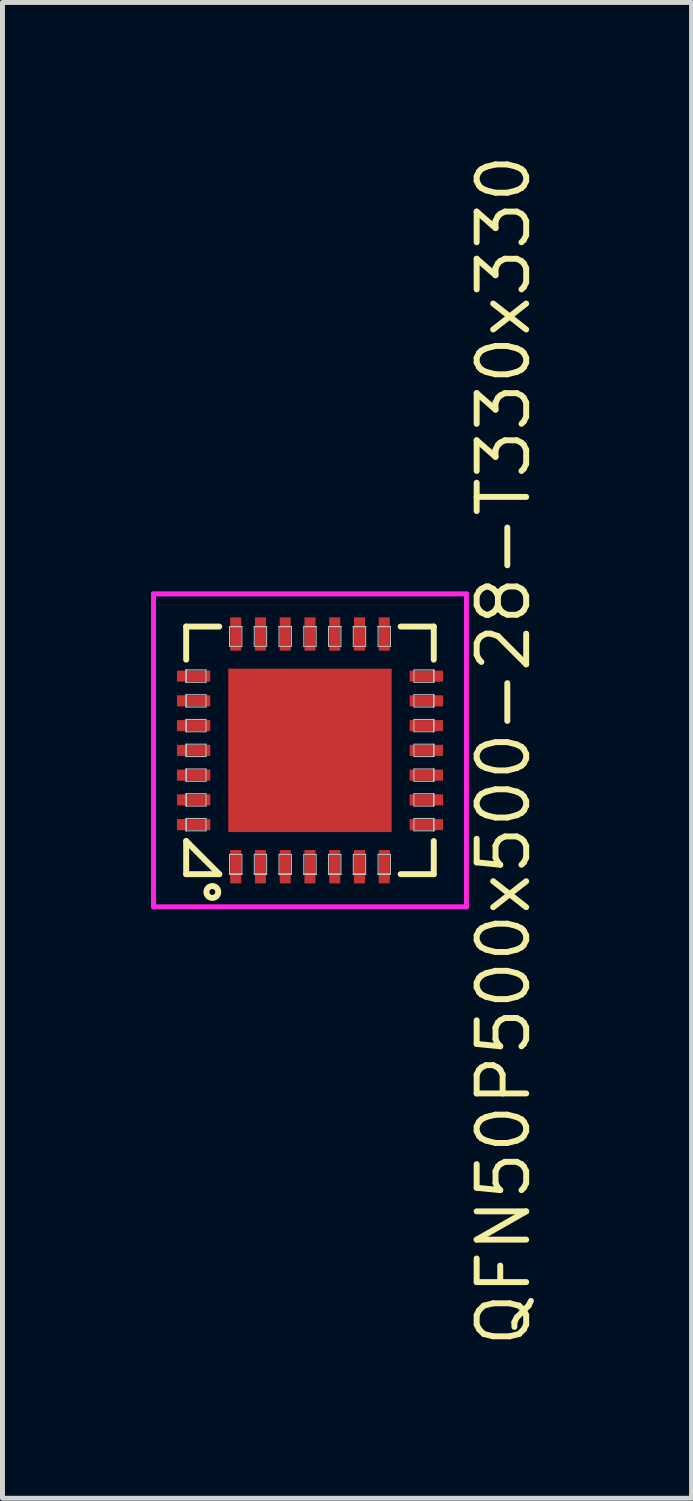
<source format=kicad_pcb>
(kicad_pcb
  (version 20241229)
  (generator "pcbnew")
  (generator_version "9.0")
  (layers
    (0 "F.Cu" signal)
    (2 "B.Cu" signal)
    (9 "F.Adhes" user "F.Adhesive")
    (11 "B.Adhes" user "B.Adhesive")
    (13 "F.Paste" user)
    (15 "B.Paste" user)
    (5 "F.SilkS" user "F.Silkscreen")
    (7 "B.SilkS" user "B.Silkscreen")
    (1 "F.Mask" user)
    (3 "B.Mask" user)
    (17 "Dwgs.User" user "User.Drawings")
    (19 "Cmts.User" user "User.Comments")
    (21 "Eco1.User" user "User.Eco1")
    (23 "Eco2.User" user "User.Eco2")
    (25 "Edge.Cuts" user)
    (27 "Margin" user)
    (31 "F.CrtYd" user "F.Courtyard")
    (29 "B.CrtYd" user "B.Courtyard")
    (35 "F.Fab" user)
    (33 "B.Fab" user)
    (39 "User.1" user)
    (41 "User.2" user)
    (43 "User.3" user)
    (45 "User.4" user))
  (footprint "QFN50P500x500-28-T330x330"
    (layer "F.Cu")
    (at 3.21 12.104)
    (property "Reference" "QFN50P500x500-28-T330x330" (at 3.91 0 90) (layer "F.SilkS") (effects (font (size 1 1) (thickness 0.12))))
    (attr through_hole)
    (fp_line (start -2.5 -2.5) (end -2.5 -1.832) (stroke (width 0.12) (type solid)) (layer "F.SilkS"))
    (fp_line (start -2.5 -2.5) (end -1.832 -2.5) (stroke (width 0.12) (type solid)) (layer "F.SilkS"))
    (fp_line (start -2.5 1.832) (end -1.832 2.5) (stroke (width 0.12) (type solid)) (layer "F.SilkS"))
    (fp_line (start -2.5 2.5) (end -2.5 1.832) (stroke (width 0.12) (type solid)) (layer "F.SilkS"))
    (fp_line (start -2.5 2.5) (end -1.832 2.5) (stroke (width 0.12) (type solid)) (layer "F.SilkS"))
    (fp_line (start 2.5 -2.5) (end 1.832 -2.5) (stroke (width 0.12) (type solid)) (layer "F.SilkS"))
    (fp_line (start 2.5 -2.5) (end 2.5 -1.832) (stroke (width 0.12) (type solid)) (layer "F.SilkS"))
    (fp_line (start 2.5 2.5) (end 1.832 2.5) (stroke (width 0.12) (type solid)) (layer "F.SilkS"))
    (fp_line (start 2.5 2.5) (end 2.5 1.832) (stroke (width 0.12) (type solid)) (layer "F.SilkS"))
    (fp_circle (center -1.972 2.86) (end -1.852 2.86) (stroke (width 0.12) (type solid)) (fill no) (layer "F.SilkS"))
    (fp_line (start -2.5 -1.625) (end -2.5 -1.625) (stroke (width 0.02) (type solid)) (layer "Dwgs.User"))
    (fp_line (start -2.5 -1.625) (end -2.5 -1.375) (stroke (width 0.02) (type solid)) (layer "Dwgs.User"))
    (fp_line (start -2.5 -1.625) (end -2.1 -1.625) (stroke (width 0.02) (type solid)) (layer "Dwgs.User"))
    (fp_line (start -2.5 -1.375) (end -2.5 -1.625) (stroke (width 0.02) (type solid)) (layer "Dwgs.User"))
    (fp_line (start -2.5 -1.375) (end -2.5 -1.625) (stroke (width 0.02) (type solid)) (layer "Dwgs.User"))
    (fp_line (start -2.5 -1.375) (end -2.5 -1.375) (stroke (width 0.02) (type solid)) (layer "Dwgs.User"))
    (fp_line (start -2.5 -1.125) (end -2.5 -1.125) (stroke (width 0.02) (type solid)) (layer "Dwgs.User"))
    (fp_line (start -2.5 -1.125) (end -2.5 -0.875) (stroke (width 0.02) (type solid)) (layer "Dwgs.User"))
    (fp_line (start -2.5 -1.125) (end -2.1 -1.125) (stroke (width 0.02) (type solid)) (layer "Dwgs.User"))
    (fp_line (start -2.5 -0.875) (end -2.5 -1.125) (stroke (width 0.02) (type solid)) (layer "Dwgs.User"))
    (fp_line (start -2.5 -0.875) (end -2.5 -1.125) (stroke (width 0.02) (type solid)) (layer "Dwgs.User"))
    (fp_line (start -2.5 -0.875) (end -2.5 -0.875) (stroke (width 0.02) (type solid)) (layer "Dwgs.User"))
    (fp_line (start -2.5 -0.625) (end -2.5 -0.625) (stroke (width 0.02) (type solid)) (layer "Dwgs.User"))
    (fp_line (start -2.5 -0.625) (end -2.5 -0.375) (stroke (width 0.02) (type solid)) (layer "Dwgs.User"))
    (fp_line (start -2.5 -0.625) (end -2.1 -0.625) (stroke (width 0.02) (type solid)) (layer "Dwgs.User"))
    (fp_line (start -2.5 -0.375) (end -2.5 -0.625) (stroke (width 0.02) (type solid)) (layer "Dwgs.User"))
    (fp_line (start -2.5 -0.375) (end -2.5 -0.625) (stroke (width 0.02) (type solid)) (layer "Dwgs.User"))
    (fp_line (start -2.5 -0.375) (end -2.5 -0.375) (stroke (width 0.02) (type solid)) (layer "Dwgs.User"))
    (fp_line (start -2.5 -0.125) (end -2.5 -0.125) (stroke (width 0.02) (type solid)) (layer "Dwgs.User"))
    (fp_line (start -2.5 -0.125) (end -2.5 0.125) (stroke (width 0.02) (type solid)) (layer "Dwgs.User"))
    (fp_line (start -2.5 -0.125) (end -2.1 -0.125) (stroke (width 0.02) (type solid)) (layer "Dwgs.User"))
    (fp_line (start -2.5 0.125) (end -2.5 -0.125) (stroke (width 0.02) (type solid)) (layer "Dwgs.User"))
    (fp_line (start -2.5 0.125) (end -2.5 -0.125) (stroke (width 0.02) (type solid)) (layer "Dwgs.User"))
    (fp_line (start -2.5 0.125) (end -2.5 0.125) (stroke (width 0.02) (type solid)) (layer "Dwgs.User"))
    (fp_line (start -2.5 0.375) (end -2.5 0.375) (stroke (width 0.02) (type solid)) (layer "Dwgs.User"))
    (fp_line (start -2.5 0.375) (end -2.5 0.625) (stroke (width 0.02) (type solid)) (layer "Dwgs.User"))
    (fp_line (start -2.5 0.375) (end -2.1 0.375) (stroke (width 0.02) (type solid)) (layer "Dwgs.User"))
    (fp_line (start -2.5 0.625) (end -2.5 0.375) (stroke (width 0.02) (type solid)) (layer "Dwgs.User"))
    (fp_line (start -2.5 0.625) (end -2.5 0.375) (stroke (width 0.02) (type solid)) (layer "Dwgs.User"))
    (fp_line (start -2.5 0.625) (end -2.5 0.625) (stroke (width 0.02) (type solid)) (layer "Dwgs.User"))
    (fp_line (start -2.5 0.875) (end -2.5 0.875) (stroke (width 0.02) (type solid)) (layer "Dwgs.User"))
    (fp_line (start -2.5 0.875) (end -2.5 1.125) (stroke (width 0.02) (type solid)) (layer "Dwgs.User"))
    (fp_line (start -2.5 0.875) (end -2.1 0.875) (stroke (width 0.02) (type solid)) (layer "Dwgs.User"))
    (fp_line (start -2.5 1.125) (end -2.5 0.875) (stroke (width 0.02) (type solid)) (layer "Dwgs.User"))
    (fp_line (start -2.5 1.125) (end -2.5 0.875) (stroke (width 0.02) (type solid)) (layer "Dwgs.User"))
    (fp_line (start -2.5 1.125) (end -2.5 1.125) (stroke (width 0.02) (type solid)) (layer "Dwgs.User"))
    (fp_line (start -2.5 1.375) (end -2.5 1.375) (stroke (width 0.02) (type solid)) (layer "Dwgs.User"))
    (fp_line (start -2.5 1.375) (end -2.5 1.625) (stroke (width 0.02) (type solid)) (layer "Dwgs.User"))
    (fp_line (start -2.5 1.375) (end -2.1 1.375) (stroke (width 0.02) (type solid)) (layer "Dwgs.User"))
    (fp_line (start -2.5 1.625) (end -2.5 1.375) (stroke (width 0.02) (type solid)) (layer "Dwgs.User"))
    (fp_line (start -2.5 1.625) (end -2.5 1.375) (stroke (width 0.02) (type solid)) (layer "Dwgs.User"))
    (fp_line (start -2.5 1.625) (end -2.5 1.625) (stroke (width 0.02) (type solid)) (layer "Dwgs.User"))
    (fp_line (start -2.1 -1.625) (end -2.1 -1.375) (stroke (width 0.02) (type solid)) (layer "Dwgs.User"))
    (fp_line (start -2.1 -1.375) (end -2.5 -1.375) (stroke (width 0.02) (type solid)) (layer "Dwgs.User"))
    (fp_line (start -2.1 -1.125) (end -2.1 -0.875) (stroke (width 0.02) (type solid)) (layer "Dwgs.User"))
    (fp_line (start -2.1 -0.875) (end -2.5 -0.875) (stroke (width 0.02) (type solid)) (layer "Dwgs.User"))
    (fp_line (start -2.1 -0.625) (end -2.1 -0.375) (stroke (width 0.02) (type solid)) (layer "Dwgs.User"))
    (fp_line (start -2.1 -0.375) (end -2.5 -0.375) (stroke (width 0.02) (type solid)) (layer "Dwgs.User"))
    (fp_line (start -2.1 -0.125) (end -2.1 0.125) (stroke (width 0.02) (type solid)) (layer "Dwgs.User"))
    (fp_line (start -2.1 0.125) (end -2.5 0.125) (stroke (width 0.02) (type solid)) (layer "Dwgs.User"))
    (fp_line (start -2.1 0.375) (end -2.1 0.625) (stroke (width 0.02) (type solid)) (layer "Dwgs.User"))
    (fp_line (start -2.1 0.625) (end -2.5 0.625) (stroke (width 0.02) (type solid)) (layer "Dwgs.User"))
    (fp_line (start -2.1 0.875) (end -2.1 1.125) (stroke (width 0.02) (type solid)) (layer "Dwgs.User"))
    (fp_line (start -2.1 1.125) (end -2.5 1.125) (stroke (width 0.02) (type solid)) (layer "Dwgs.User"))
    (fp_line (start -2.1 1.375) (end -2.1 1.625) (stroke (width 0.02) (type solid)) (layer "Dwgs.User"))
    (fp_line (start -2.1 1.625) (end -2.5 1.625) (stroke (width 0.02) (type solid)) (layer "Dwgs.User"))
    (fp_line (start -1.625 -2.5) (end -1.625 -2.5) (stroke (width 0.02) (type solid)) (layer "Dwgs.User"))
    (fp_line (start -1.625 -2.5) (end -1.375 -2.5) (stroke (width 0.02) (type solid)) (layer "Dwgs.User"))
    (fp_line (start -1.625 -2.5) (end -1.375 -2.5) (stroke (width 0.02) (type solid)) (layer "Dwgs.User"))
    (fp_line (start -1.625 -2.1) (end -1.625 -2.5) (stroke (width 0.02) (type solid)) (layer "Dwgs.User"))
    (fp_line (start -1.625 2.1) (end -1.625 2.5) (stroke (width 0.02) (type solid)) (layer "Dwgs.User"))
    (fp_line (start -1.625 2.5) (end -1.625 2.5) (stroke (width 0.02) (type solid)) (layer "Dwgs.User"))
    (fp_line (start -1.625 2.5) (end -1.375 2.5) (stroke (width 0.02) (type solid)) (layer "Dwgs.User"))
    (fp_line (start -1.625 2.5) (end -1.375 2.5) (stroke (width 0.02) (type solid)) (layer "Dwgs.User"))
    (fp_line (start -1.375 -2.5) (end -1.625 -2.5) (stroke (width 0.02) (type solid)) (layer "Dwgs.User"))
    (fp_line (start -1.375 -2.5) (end -1.375 -2.5) (stroke (width 0.02) (type solid)) (layer "Dwgs.User"))
    (fp_line (start -1.375 -2.5) (end -1.375 -2.1) (stroke (width 0.02) (type solid)) (layer "Dwgs.User"))
    (fp_line (start -1.375 -2.1) (end -1.625 -2.1) (stroke (width 0.02) (type solid)) (layer "Dwgs.User"))
    (fp_line (start -1.375 2.1) (end -1.625 2.1) (stroke (width 0.02) (type solid)) (layer "Dwgs.User"))
    (fp_line (start -1.375 2.5) (end -1.625 2.5) (stroke (width 0.02) (type solid)) (layer "Dwgs.User"))
    (fp_line (start -1.375 2.5) (end -1.375 2.1) (stroke (width 0.02) (type solid)) (layer "Dwgs.User"))
    (fp_line (start -1.375 2.5) (end -1.375 2.5) (stroke (width 0.02) (type solid)) (layer "Dwgs.User"))
    (fp_line (start -1.125 -2.5) (end -1.125 -2.5) (stroke (width 0.02) (type solid)) (layer "Dwgs.User"))
    (fp_line (start -1.125 -2.5) (end -0.875 -2.5) (stroke (width 0.02) (type solid)) (layer "Dwgs.User"))
    (fp_line (start -1.125 -2.5) (end -0.875 -2.5) (stroke (width 0.02) (type solid)) (layer "Dwgs.User"))
    (fp_line (start -1.125 -2.1) (end -1.125 -2.5) (stroke (width 0.02) (type solid)) (layer "Dwgs.User"))
    (fp_line (start -1.125 2.1) (end -1.125 2.5) (stroke (width 0.02) (type solid)) (layer "Dwgs.User"))
    (fp_line (start -1.125 2.5) (end -1.125 2.5) (stroke (width 0.02) (type solid)) (layer "Dwgs.User"))
    (fp_line (start -1.125 2.5) (end -0.875 2.5) (stroke (width 0.02) (type solid)) (layer "Dwgs.User"))
    (fp_line (start -1.125 2.5) (end -0.875 2.5) (stroke (width 0.02) (type solid)) (layer "Dwgs.User"))
    (fp_line (start -0.875 -2.5) (end -1.125 -2.5) (stroke (width 0.02) (type solid)) (layer "Dwgs.User"))
    (fp_line (start -0.875 -2.5) (end -0.875 -2.5) (stroke (width 0.02) (type solid)) (layer "Dwgs.User"))
    (fp_line (start -0.875 -2.5) (end -0.875 -2.1) (stroke (width 0.02) (type solid)) (layer "Dwgs.User"))
    (fp_line (start -0.875 -2.1) (end -1.125 -2.1) (stroke (width 0.02) (type solid)) (layer "Dwgs.User"))
    (fp_line (start -0.875 2.1) (end -1.125 2.1) (stroke (width 0.02) (type solid)) (layer "Dwgs.User"))
    (fp_line (start -0.875 2.5) (end -1.125 2.5) (stroke (width 0.02) (type solid)) (layer "Dwgs.User"))
    (fp_line (start -0.875 2.5) (end -0.875 2.1) (stroke (width 0.02) (type solid)) (layer "Dwgs.User"))
    (fp_line (start -0.875 2.5) (end -0.875 2.5) (stroke (width 0.02) (type solid)) (layer "Dwgs.User"))
    (fp_line (start -0.625 -2.5) (end -0.625 -2.5) (stroke (width 0.02) (type solid)) (layer "Dwgs.User"))
    (fp_line (start -0.625 -2.5) (end -0.375 -2.5) (stroke (width 0.02) (type solid)) (layer "Dwgs.User"))
    (fp_line (start -0.625 -2.5) (end -0.375 -2.5) (stroke (width 0.02) (type solid)) (layer "Dwgs.User"))
    (fp_line (start -0.625 -2.1) (end -0.625 -2.5) (stroke (width 0.02) (type solid)) (layer "Dwgs.User"))
    (fp_line (start -0.625 2.1) (end -0.625 2.5) (stroke (width 0.02) (type solid)) (layer "Dwgs.User"))
    (fp_line (start -0.625 2.5) (end -0.625 2.5) (stroke (width 0.02) (type solid)) (layer "Dwgs.User"))
    (fp_line (start -0.625 2.5) (end -0.375 2.5) (stroke (width 0.02) (type solid)) (layer "Dwgs.User"))
    (fp_line (start -0.625 2.5) (end -0.375 2.5) (stroke (width 0.02) (type solid)) (layer "Dwgs.User"))
    (fp_line (start -0.375 -2.5) (end -0.625 -2.5) (stroke (width 0.02) (type solid)) (layer "Dwgs.User"))
    (fp_line (start -0.375 -2.5) (end -0.375 -2.5) (stroke (width 0.02) (type solid)) (layer "Dwgs.User"))
    (fp_line (start -0.375 -2.5) (end -0.375 -2.1) (stroke (width 0.02) (type solid)) (layer "Dwgs.User"))
    (fp_line (start -0.375 -2.1) (end -0.625 -2.1) (stroke (width 0.02) (type solid)) (layer "Dwgs.User"))
    (fp_line (start -0.375 2.1) (end -0.625 2.1) (stroke (width 0.02) (type solid)) (layer "Dwgs.User"))
    (fp_line (start -0.375 2.5) (end -0.625 2.5) (stroke (width 0.02) (type solid)) (layer "Dwgs.User"))
    (fp_line (start -0.375 2.5) (end -0.375 2.1) (stroke (width 0.02) (type solid)) (layer "Dwgs.User"))
    (fp_line (start -0.375 2.5) (end -0.375 2.5) (stroke (width 0.02) (type solid)) (layer "Dwgs.User"))
    (fp_line (start -0.125 -2.5) (end -0.125 -2.5) (stroke (width 0.02) (type solid)) (layer "Dwgs.User"))
    (fp_line (start -0.125 -2.5) (end 0.125 -2.5) (stroke (width 0.02) (type solid)) (layer "Dwgs.User"))
    (fp_line (start -0.125 -2.5) (end 0.125 -2.5) (stroke (width 0.02) (type solid)) (layer "Dwgs.User"))
    (fp_line (start -0.125 -2.1) (end -0.125 -2.5) (stroke (width 0.02) (type solid)) (layer "Dwgs.User"))
    (fp_line (start -0.125 2.1) (end -0.125 2.5) (stroke (width 0.02) (type solid)) (layer "Dwgs.User"))
    (fp_line (start -0.125 2.5) (end -0.125 2.5) (stroke (width 0.02) (type solid)) (layer "Dwgs.User"))
    (fp_line (start -0.125 2.5) (end 0.125 2.5) (stroke (width 0.02) (type solid)) (layer "Dwgs.User"))
    (fp_line (start -0.125 2.5) (end 0.125 2.5) (stroke (width 0.02) (type solid)) (layer "Dwgs.User"))
    (fp_line (start 0.125 -2.5) (end -0.125 -2.5) (stroke (width 0.02) (type solid)) (layer "Dwgs.User"))
    (fp_line (start 0.125 -2.5) (end 0.125 -2.5) (stroke (width 0.02) (type solid)) (layer "Dwgs.User"))
    (fp_line (start 0.125 -2.5) (end 0.125 -2.1) (stroke (width 0.02) (type solid)) (layer "Dwgs.User"))
    (fp_line (start 0.125 -2.1) (end -0.125 -2.1) (stroke (width 0.02) (type solid)) (layer "Dwgs.User"))
    (fp_line (start 0.125 2.1) (end -0.125 2.1) (stroke (width 0.02) (type solid)) (layer "Dwgs.User"))
    (fp_line (start 0.125 2.5) (end -0.125 2.5) (stroke (width 0.02) (type solid)) (layer "Dwgs.User"))
    (fp_line (start 0.125 2.5) (end 0.125 2.1) (stroke (width 0.02) (type solid)) (layer "Dwgs.User"))
    (fp_line (start 0.125 2.5) (end 0.125 2.5) (stroke (width 0.02) (type solid)) (layer "Dwgs.User"))
    (fp_line (start 0.375 -2.5) (end 0.375 -2.5) (stroke (width 0.02) (type solid)) (layer "Dwgs.User"))
    (fp_line (start 0.375 -2.5) (end 0.625 -2.5) (stroke (width 0.02) (type solid)) (layer "Dwgs.User"))
    (fp_line (start 0.375 -2.5) (end 0.625 -2.5) (stroke (width 0.02) (type solid)) (layer "Dwgs.User"))
    (fp_line (start 0.375 -2.1) (end 0.375 -2.5) (stroke (width 0.02) (type solid)) (layer "Dwgs.User"))
    (fp_line (start 0.375 2.1) (end 0.375 2.5) (stroke (width 0.02) (type solid)) (layer "Dwgs.User"))
    (fp_line (start 0.375 2.5) (end 0.375 2.5) (stroke (width 0.02) (type solid)) (layer "Dwgs.User"))
    (fp_line (start 0.375 2.5) (end 0.625 2.5) (stroke (width 0.02) (type solid)) (layer "Dwgs.User"))
    (fp_line (start 0.375 2.5) (end 0.625 2.5) (stroke (width 0.02) (type solid)) (layer "Dwgs.User"))
    (fp_line (start 0.625 -2.5) (end 0.375 -2.5) (stroke (width 0.02) (type solid)) (layer "Dwgs.User"))
    (fp_line (start 0.625 -2.5) (end 0.625 -2.5) (stroke (width 0.02) (type solid)) (layer "Dwgs.User"))
    (fp_line (start 0.625 -2.5) (end 0.625 -2.1) (stroke (width 0.02) (type solid)) (layer "Dwgs.User"))
    (fp_line (start 0.625 -2.1) (end 0.375 -2.1) (stroke (width 0.02) (type solid)) (layer "Dwgs.User"))
    (fp_line (start 0.625 2.1) (end 0.375 2.1) (stroke (width 0.02) (type solid)) (layer "Dwgs.User"))
    (fp_line (start 0.625 2.5) (end 0.375 2.5) (stroke (width 0.02) (type solid)) (layer "Dwgs.User"))
    (fp_line (start 0.625 2.5) (end 0.625 2.1) (stroke (width 0.02) (type solid)) (layer "Dwgs.User"))
    (fp_line (start 0.625 2.5) (end 0.625 2.5) (stroke (width 0.02) (type solid)) (layer "Dwgs.User"))
    (fp_line (start 0.875 -2.5) (end 0.875 -2.5) (stroke (width 0.02) (type solid)) (layer "Dwgs.User"))
    (fp_line (start 0.875 -2.5) (end 1.125 -2.5) (stroke (width 0.02) (type solid)) (layer "Dwgs.User"))
    (fp_line (start 0.875 -2.5) (end 1.125 -2.5) (stroke (width 0.02) (type solid)) (layer "Dwgs.User"))
    (fp_line (start 0.875 -2.1) (end 0.875 -2.5) (stroke (width 0.02) (type solid)) (layer "Dwgs.User"))
    (fp_line (start 0.875 2.1) (end 0.875 2.5) (stroke (width 0.02) (type solid)) (layer "Dwgs.User"))
    (fp_line (start 0.875 2.5) (end 0.875 2.5) (stroke (width 0.02) (type solid)) (layer "Dwgs.User"))
    (fp_line (start 0.875 2.5) (end 1.125 2.5) (stroke (width 0.02) (type solid)) (layer "Dwgs.User"))
    (fp_line (start 0.875 2.5) (end 1.125 2.5) (stroke (width 0.02) (type solid)) (layer "Dwgs.User"))
    (fp_line (start 1.125 -2.5) (end 0.875 -2.5) (stroke (width 0.02) (type solid)) (layer "Dwgs.User"))
    (fp_line (start 1.125 -2.5) (end 1.125 -2.5) (stroke (width 0.02) (type solid)) (layer "Dwgs.User"))
    (fp_line (start 1.125 -2.5) (end 1.125 -2.1) (stroke (width 0.02) (type solid)) (layer "Dwgs.User"))
    (fp_line (start 1.125 -2.1) (end 0.875 -2.1) (stroke (width 0.02) (type solid)) (layer "Dwgs.User"))
    (fp_line (start 1.125 2.1) (end 0.875 2.1) (stroke (width 0.02) (type solid)) (layer "Dwgs.User"))
    (fp_line (start 1.125 2.5) (end 0.875 2.5) (stroke (width 0.02) (type solid)) (layer "Dwgs.User"))
    (fp_line (start 1.125 2.5) (end 1.125 2.1) (stroke (width 0.02) (type solid)) (layer "Dwgs.User"))
    (fp_line (start 1.125 2.5) (end 1.125 2.5) (stroke (width 0.02) (type solid)) (layer "Dwgs.User"))
    (fp_line (start 1.375 -2.5) (end 1.375 -2.5) (stroke (width 0.02) (type solid)) (layer "Dwgs.User"))
    (fp_line (start 1.375 -2.5) (end 1.625 -2.5) (stroke (width 0.02) (type solid)) (layer "Dwgs.User"))
    (fp_line (start 1.375 -2.5) (end 1.625 -2.5) (stroke (width 0.02) (type solid)) (layer "Dwgs.User"))
    (fp_line (start 1.375 -2.1) (end 1.375 -2.5) (stroke (width 0.02) (type solid)) (layer "Dwgs.User"))
    (fp_line (start 1.375 2.1) (end 1.375 2.5) (stroke (width 0.02) (type solid)) (layer "Dwgs.User"))
    (fp_line (start 1.375 2.5) (end 1.375 2.5) (stroke (width 0.02) (type solid)) (layer "Dwgs.User"))
    (fp_line (start 1.375 2.5) (end 1.625 2.5) (stroke (width 0.02) (type solid)) (layer "Dwgs.User"))
    (fp_line (start 1.375 2.5) (end 1.625 2.5) (stroke (width 0.02) (type solid)) (layer "Dwgs.User"))
    (fp_line (start 1.625 -2.5) (end 1.375 -2.5) (stroke (width 0.02) (type solid)) (layer "Dwgs.User"))
    (fp_line (start 1.625 -2.5) (end 1.625 -2.5) (stroke (width 0.02) (type solid)) (layer "Dwgs.User"))
    (fp_line (start 1.625 -2.5) (end 1.625 -2.1) (stroke (width 0.02) (type solid)) (layer "Dwgs.User"))
    (fp_line (start 1.625 -2.1) (end 1.375 -2.1) (stroke (width 0.02) (type solid)) (layer "Dwgs.User"))
    (fp_line (start 1.625 2.1) (end 1.375 2.1) (stroke (width 0.02) (type solid)) (layer "Dwgs.User"))
    (fp_line (start 1.625 2.5) (end 1.375 2.5) (stroke (width 0.02) (type solid)) (layer "Dwgs.User"))
    (fp_line (start 1.625 2.5) (end 1.625 2.1) (stroke (width 0.02) (type solid)) (layer "Dwgs.User"))
    (fp_line (start 1.625 2.5) (end 1.625 2.5) (stroke (width 0.02) (type solid)) (layer "Dwgs.User"))
    (fp_line (start 2.1 -1.625) (end 2.1 -1.375) (stroke (width 0.02) (type solid)) (layer "Dwgs.User"))
    (fp_line (start 2.1 -1.375) (end 2.5 -1.375) (stroke (width 0.02) (type solid)) (layer "Dwgs.User"))
    (fp_line (start 2.1 -1.125) (end 2.1 -0.875) (stroke (width 0.02) (type solid)) (layer "Dwgs.User"))
    (fp_line (start 2.1 -0.875) (end 2.5 -0.875) (stroke (width 0.02) (type solid)) (layer "Dwgs.User"))
    (fp_line (start 2.1 -0.625) (end 2.1 -0.375) (stroke (width 0.02) (type solid)) (layer "Dwgs.User"))
    (fp_line (start 2.1 -0.375) (end 2.5 -0.375) (stroke (width 0.02) (type solid)) (layer "Dwgs.User"))
    (fp_line (start 2.1 -0.125) (end 2.1 0.125) (stroke (width 0.02) (type solid)) (layer "Dwgs.User"))
    (fp_line (start 2.1 0.125) (end 2.5 0.125) (stroke (width 0.02) (type solid)) (layer "Dwgs.User"))
    (fp_line (start 2.1 0.375) (end 2.1 0.625) (stroke (width 0.02) (type solid)) (layer "Dwgs.User"))
    (fp_line (start 2.1 0.625) (end 2.5 0.625) (stroke (width 0.02) (type solid)) (layer "Dwgs.User"))
    (fp_line (start 2.1 0.875) (end 2.1 1.125) (stroke (width 0.02) (type solid)) (layer "Dwgs.User"))
    (fp_line (start 2.1 1.125) (end 2.5 1.125) (stroke (width 0.02) (type solid)) (layer "Dwgs.User"))
    (fp_line (start 2.1 1.375) (end 2.1 1.625) (stroke (width 0.02) (type solid)) (layer "Dwgs.User"))
    (fp_line (start 2.1 1.625) (end 2.5 1.625) (stroke (width 0.02) (type solid)) (layer "Dwgs.User"))
    (fp_line (start 2.5 -1.625) (end 2.1 -1.625) (stroke (width 0.02) (type solid)) (layer "Dwgs.User"))
    (fp_line (start 2.5 -1.625) (end 2.5 -1.625) (stroke (width 0.02) (type solid)) (layer "Dwgs.User"))
    (fp_line (start 2.5 -1.625) (end 2.5 -1.375) (stroke (width 0.02) (type solid)) (layer "Dwgs.User"))
    (fp_line (start 2.5 -1.375) (end 2.5 -1.625) (stroke (width 0.02) (type solid)) (layer "Dwgs.User"))
    (fp_line (start 2.5 -1.375) (end 2.5 -1.625) (stroke (width 0.02) (type solid)) (layer "Dwgs.User"))
    (fp_line (start 2.5 -1.375) (end 2.5 -1.375) (stroke (width 0.02) (type solid)) (layer "Dwgs.User"))
    (fp_line (start 2.5 -1.125) (end 2.1 -1.125) (stroke (width 0.02) (type solid)) (layer "Dwgs.User"))
    (fp_line (start 2.5 -1.125) (end 2.5 -1.125) (stroke (width 0.02) (type solid)) (layer "Dwgs.User"))
    (fp_line (start 2.5 -1.125) (end 2.5 -0.875) (stroke (width 0.02) (type solid)) (layer "Dwgs.User"))
    (fp_line (start 2.5 -0.875) (end 2.5 -1.125) (stroke (width 0.02) (type solid)) (layer "Dwgs.User"))
    (fp_line (start 2.5 -0.875) (end 2.5 -1.125) (stroke (width 0.02) (type solid)) (layer "Dwgs.User"))
    (fp_line (start 2.5 -0.875) (end 2.5 -0.875) (stroke (width 0.02) (type solid)) (layer "Dwgs.User"))
    (fp_line (start 2.5 -0.625) (end 2.1 -0.625) (stroke (width 0.02) (type solid)) (layer "Dwgs.User"))
    (fp_line (start 2.5 -0.625) (end 2.5 -0.625) (stroke (width 0.02) (type solid)) (layer "Dwgs.User"))
    (fp_line (start 2.5 -0.625) (end 2.5 -0.375) (stroke (width 0.02) (type solid)) (layer "Dwgs.User"))
    (fp_line (start 2.5 -0.375) (end 2.5 -0.625) (stroke (width 0.02) (type solid)) (layer "Dwgs.User"))
    (fp_line (start 2.5 -0.375) (end 2.5 -0.625) (stroke (width 0.02) (type solid)) (layer "Dwgs.User"))
    (fp_line (start 2.5 -0.375) (end 2.5 -0.375) (stroke (width 0.02) (type solid)) (layer "Dwgs.User"))
    (fp_line (start 2.5 -0.125) (end 2.1 -0.125) (stroke (width 0.02) (type solid)) (layer "Dwgs.User"))
    (fp_line (start 2.5 -0.125) (end 2.5 -0.125) (stroke (width 0.02) (type solid)) (layer "Dwgs.User"))
    (fp_line (start 2.5 -0.125) (end 2.5 0.125) (stroke (width 0.02) (type solid)) (layer "Dwgs.User"))
    (fp_line (start 2.5 0.125) (end 2.5 -0.125) (stroke (width 0.02) (type solid)) (layer "Dwgs.User"))
    (fp_line (start 2.5 0.125) (end 2.5 -0.125) (stroke (width 0.02) (type solid)) (layer "Dwgs.User"))
    (fp_line (start 2.5 0.125) (end 2.5 0.125) (stroke (width 0.02) (type solid)) (layer "Dwgs.User"))
    (fp_line (start 2.5 0.375) (end 2.1 0.375) (stroke (width 0.02) (type solid)) (layer "Dwgs.User"))
    (fp_line (start 2.5 0.375) (end 2.5 0.375) (stroke (width 0.02) (type solid)) (layer "Dwgs.User"))
    (fp_line (start 2.5 0.375) (end 2.5 0.625) (stroke (width 0.02) (type solid)) (layer "Dwgs.User"))
    (fp_line (start 2.5 0.625) (end 2.5 0.375) (stroke (width 0.02) (type solid)) (layer "Dwgs.User"))
    (fp_line (start 2.5 0.625) (end 2.5 0.375) (stroke (width 0.02) (type solid)) (layer "Dwgs.User"))
    (fp_line (start 2.5 0.625) (end 2.5 0.625) (stroke (width 0.02) (type solid)) (layer "Dwgs.User"))
    (fp_line (start 2.5 0.875) (end 2.1 0.875) (stroke (width 0.02) (type solid)) (layer "Dwgs.User"))
    (fp_line (start 2.5 0.875) (end 2.5 0.875) (stroke (width 0.02) (type solid)) (layer "Dwgs.User"))
    (fp_line (start 2.5 0.875) (end 2.5 1.125) (stroke (width 0.02) (type solid)) (layer "Dwgs.User"))
    (fp_line (start 2.5 1.125) (end 2.5 0.875) (stroke (width 0.02) (type solid)) (layer "Dwgs.User"))
    (fp_line (start 2.5 1.125) (end 2.5 0.875) (stroke (width 0.02) (type solid)) (layer "Dwgs.User"))
    (fp_line (start 2.5 1.125) (end 2.5 1.125) (stroke (width 0.02) (type solid)) (layer "Dwgs.User"))
    (fp_line (start 2.5 1.375) (end 2.1 1.375) (stroke (width 0.02) (type solid)) (layer "Dwgs.User"))
    (fp_line (start 2.5 1.375) (end 2.5 1.375) (stroke (width 0.02) (type solid)) (layer "Dwgs.User"))
    (fp_line (start 2.5 1.375) (end 2.5 1.625) (stroke (width 0.02) (type solid)) (layer "Dwgs.User"))
    (fp_line (start 2.5 1.625) (end 2.5 1.375) (stroke (width 0.02) (type solid)) (layer "Dwgs.User"))
    (fp_line (start 2.5 1.625) (end 2.5 1.375) (stroke (width 0.02) (type solid)) (layer "Dwgs.User"))
    (fp_line (start 2.5 1.625) (end 2.5 1.625) (stroke (width 0.02) (type solid)) (layer "Dwgs.User"))
    (fp_line (start -0.75 0) (end 0.75 0) (stroke (width 0.12) (type solid)) (layer "Eco1.User"))
    (fp_line (start 0 -0.75) (end 0 0.75) (stroke (width 0.12) (type solid)) (layer "Eco1.User"))
    (fp_circle (center 0 0) (end 0.5 0) (stroke (width 0.12) (type solid)) (fill no) (layer "Eco1.User"))
    (fp_line (start -3.16 -3.16) (end -3.16 3.16) (stroke (width 0.1) (type solid)) (layer "F.CrtYd"))
    (fp_line (start -3.16 3.16) (end 3.16 3.16) (stroke (width 0.1) (type solid)) (layer "F.CrtYd"))
    (fp_line (start 3.16 -3.16) (end -3.16 -3.16) (stroke (width 0.1) (type solid)) (layer "F.CrtYd"))
    (fp_line (start 3.16 3.16) (end 3.16 -3.16) (stroke (width 0.1) (type solid)) (layer "F.CrtYd"))
    (pad "1" smd rect (at -1.5 2.35) (size 0.223 0.673) (layers "F.Cu" "F.Mask" "F.Paste"))
    (pad "2" smd rect (at -1 2.35) (size 0.223 0.673) (layers "F.Cu" "F.Mask" "F.Paste"))
    (pad "3" smd rect (at -0.5 2.35) (size 0.223 0.673) (layers "F.Cu" "F.Mask" "F.Paste"))
    (pad "4" smd rect (at 0 2.35) (size 0.223 0.673) (layers "F.Cu" "F.Mask" "F.Paste"))
    (pad "5" smd rect (at 0.5 2.35) (size 0.223 0.673) (layers "F.Cu" "F.Mask" "F.Paste"))
    (pad "6" smd rect (at 1 2.35) (size 0.223 0.673) (layers "F.Cu" "F.Mask" "F.Paste"))
    (pad "7" smd rect (at 1.5 2.35) (size 0.223 0.673) (layers "F.Cu" "F.Mask" "F.Paste"))
    (pad "8" smd rect (at 2.35 1.5) (size 0.673 0.223) (layers "F.Cu" "F.Mask" "F.Paste"))
    (pad "9" smd rect (at 2.35 1) (size 0.673 0.223) (layers "F.Cu" "F.Mask" "F.Paste"))
    (pad "10" smd rect (at 2.35 0.5) (size 0.673 0.223) (layers "F.Cu" "F.Mask" "F.Paste"))
    (pad "11" smd rect (at 2.35 0) (size 0.673 0.223) (layers "F.Cu" "F.Mask" "F.Paste"))
    (pad "12" smd rect (at 2.35 -0.5) (size 0.673 0.223) (layers "F.Cu" "F.Mask" "F.Paste"))
    (pad "13" smd rect (at 2.35 -1) (size 0.673 0.223) (layers "F.Cu" "F.Mask" "F.Paste"))
    (pad "14" smd rect (at 2.35 -1.5) (size 0.673 0.223) (layers "F.Cu" "F.Mask" "F.Paste"))
    (pad "15" smd rect (at 1.5 -2.35) (size 0.223 0.673) (layers "F.Cu" "F.Mask" "F.Paste"))
    (pad "16" smd rect (at 1 -2.35) (size 0.223 0.673) (layers "F.Cu" "F.Mask" "F.Paste"))
    (pad "17" smd rect (at 0.5 -2.35) (size 0.223 0.673) (layers "F.Cu" "F.Mask" "F.Paste"))
    (pad "18" smd rect (at 0 -2.35) (size 0.223 0.673) (layers "F.Cu" "F.Mask" "F.Paste"))
    (pad "19" smd rect (at -0.5 -2.35) (size 0.223 0.673) (layers "F.Cu" "F.Mask" "F.Paste"))
    (pad "20" smd rect (at -1 -2.35) (size 0.223 0.673) (layers "F.Cu" "F.Mask" "F.Paste"))
    (pad "21" smd rect (at -1.5 -2.35) (size 0.223 0.673) (layers "F.Cu" "F.Mask" "F.Paste"))
    (pad "22" smd rect (at -2.35 -1.5) (size 0.673 0.223) (layers "F.Cu" "F.Mask" "F.Paste"))
    (pad "23" smd rect (at -2.35 -1) (size 0.673 0.223) (layers "F.Cu" "F.Mask" "F.Paste"))
    (pad "24" smd rect (at -2.35 -0.5) (size 0.673 0.223) (layers "F.Cu" "F.Mask" "F.Paste"))
    (pad "25" smd rect (at -2.35 0) (size 0.673 0.223) (layers "F.Cu" "F.Mask" "F.Paste"))
    (pad "26" smd rect (at -2.35 0.5) (size 0.673 0.223) (layers "F.Cu" "F.Mask" "F.Paste"))
    (pad "27" smd rect (at -2.35 1) (size 0.673 0.223) (layers "F.Cu" "F.Mask" "F.Paste"))
    (pad "28" smd rect (at -2.35 1.5) (size 0.673 0.223) (layers "F.Cu" "F.Mask" "F.Paste"))
    (pad "EP" smd rect (at 0 0) (size 3.3 3.3) (layers "F.Cu" "F.Mask" "F.Paste")))
  (gr_rect
    (start -3 -3)
    (end 10.916 27.208)
    (stroke (width 0.1) (type default))
    (fill no)
    (layer "Edge.Cuts")))
</source>
